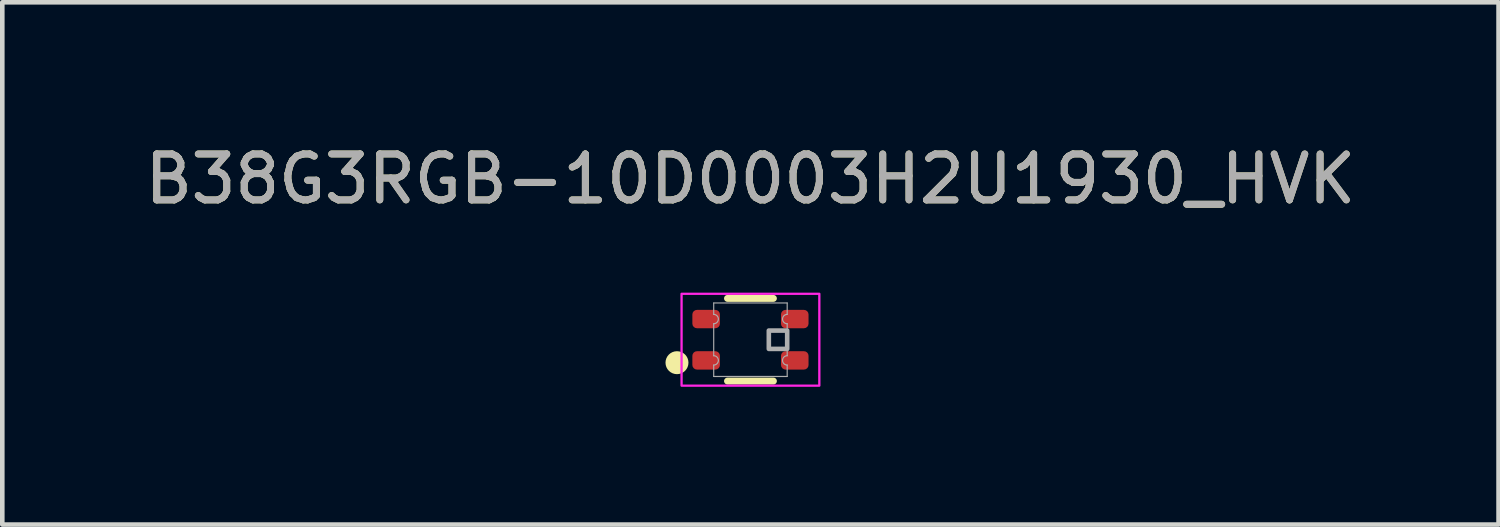
<source format=kicad_pcb>
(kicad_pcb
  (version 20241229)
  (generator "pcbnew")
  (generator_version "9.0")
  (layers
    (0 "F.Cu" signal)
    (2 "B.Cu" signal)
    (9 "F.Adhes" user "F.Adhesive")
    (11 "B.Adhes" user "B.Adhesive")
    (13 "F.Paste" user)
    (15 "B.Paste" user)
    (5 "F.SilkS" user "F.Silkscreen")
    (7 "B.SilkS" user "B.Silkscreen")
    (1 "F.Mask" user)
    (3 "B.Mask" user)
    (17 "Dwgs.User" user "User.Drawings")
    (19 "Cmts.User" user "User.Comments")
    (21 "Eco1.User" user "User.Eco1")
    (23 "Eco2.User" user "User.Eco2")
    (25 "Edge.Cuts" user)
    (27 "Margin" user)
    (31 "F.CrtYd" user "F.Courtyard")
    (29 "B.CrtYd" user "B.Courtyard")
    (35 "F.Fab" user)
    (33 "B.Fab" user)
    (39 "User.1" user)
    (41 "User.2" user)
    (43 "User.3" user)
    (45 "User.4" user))
  (footprint "B38G3RGB-10D0003H2U1930_HVK"
    (layer "F.Cu")
    (at 13.292 4.348)
    (property "Reference" "B38G3RGB-10D0003H2U1930_HVK" (at 0 -3.5 0) (unlocked yes) (layer "F.SilkS") (effects (font (size 1 1) (thickness 0.15))))
    (attr smd)
    (fp_line (start -0.5 -0.9) (end 0.5 -0.9) (stroke (width 0.15) (type solid)) (layer "F.SilkS"))
    (fp_line (start -0.5 0.9) (end 0.5 0.9) (stroke (width 0.15) (type solid)) (layer "F.SilkS"))
    (fp_circle (center -1.6 0.5) (end -1.4 0.5) (stroke (width 0.1) (type default)) (fill yes) (layer "F.SilkS"))
    (fp_rect (start -1.5 -1) (end 1.5 1) (stroke (width 0.05) (type default)) (fill no) (layer "F.CrtYd"))
    (fp_line (start -0.8 -0.8) (end 0.8 -0.8) (stroke (width 0.025) (type solid)) (layer "F.Fab"))
    (fp_line (start -0.8 -0.552) (end -0.8 -0.8) (stroke (width 0.025) (type solid)) (layer "F.Fab"))
    (fp_line (start -0.8 -0.348) (end -0.8 0.348) (stroke (width 0.025) (type solid)) (layer "F.Fab"))
    (fp_line (start -0.8 0.552) (end -0.8 0.8) (stroke (width 0.025) (type solid)) (layer "F.Fab"))
    (fp_line (start -0.8 0.8) (end 0.8 0.8) (stroke (width 0.025) (type solid)) (layer "F.Fab"))
    (fp_line (start 0.8 -0.552) (end 0.8 -0.8) (stroke (width 0.025) (type solid)) (layer "F.Fab"))
    (fp_line (start 0.8 -0.348) (end 0.8 0.348) (stroke (width 0.025) (type solid)) (layer "F.Fab"))
    (fp_line (start 0.8 0.552) (end 0.8 0.8) (stroke (width 0.025) (type solid)) (layer "F.Fab"))
    (fp_rect (start 0.4 -0.2) (end 0.8 0.2) (stroke (width 0.1) (type default)) (fill no) (layer "F.Fab"))
    (fp_arc (start -0.8001 -0.551599) (mid -0.6985 -0.449999) (end -0.8001 -0.348399) (stroke (width 0.0254) (type solid)) (layer "F.Fab"))
    (fp_arc (start -0.8001 0.348399) (mid -0.6985 0.449999) (end -0.8001 0.551599) (stroke (width 0.0254) (type solid)) (layer "F.Fab"))
    (fp_arc (start 0.8001 -0.348399) (mid 0.6985 -0.449999) (end 0.8001 -0.551599) (stroke (width 0.0254) (type solid)) (layer "F.Fab"))
    (fp_arc (start 0.8001 0.551599) (mid 0.6985 0.449999) (end 0.8001 0.348399) (stroke (width 0.0254) (type solid)) (layer "F.Fab"))
    (fp_text user "${REFERENCE}" (at 0 -3.5 0) (unlocked yes) (layer "F.Fab") (effects (font (size 1 1) (thickness 0.15))))
    (pad "1" smd roundrect (at -0.965 0.45) (size 0.6 0.4) (layers "F.Cu" "F.Mask" "F.Paste") (roundrect_rratio 0.25))
    (pad "2" smd roundrect (at -0.965 -0.45) (size 0.6 0.4) (layers "F.Cu" "F.Mask" "F.Paste") (roundrect_rratio 0.25))
    (pad "3" smd roundrect (at 0.965 -0.45) (size 0.6 0.4) (layers "F.Cu" "F.Mask" "F.Paste") (roundrect_rratio 0.25))
    (pad "4" smd roundrect (at 0.965 0.45) (size 0.6 0.4) (layers "F.Cu" "F.Mask" "F.Paste") (roundrect_rratio 0.25)))
  (gr_rect
    (start -3 -3)
    (end 29.583 8.373)
    (stroke (width 0.1) (type default))
    (fill no)
    (layer "Edge.Cuts")))
</source>
